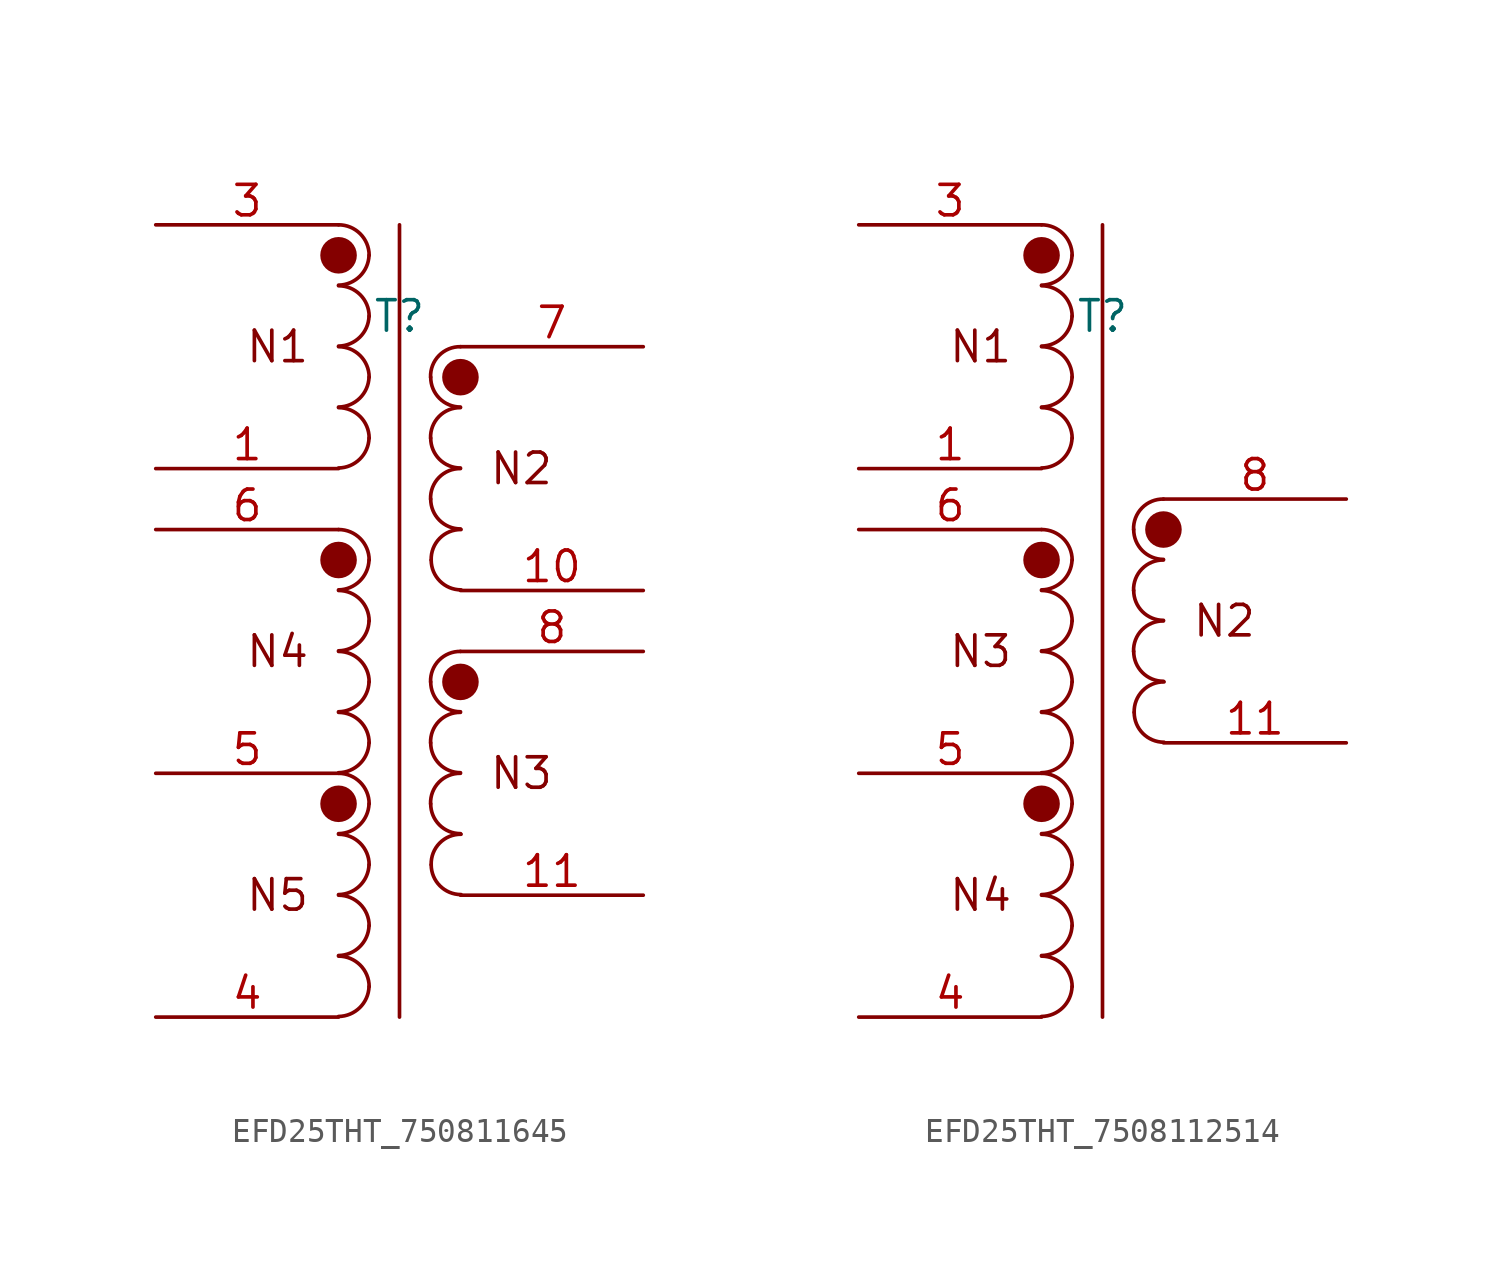
<source format=kicad_sym>
(kicad_symbol_lib
  (version 20220914)
  (generator kicad_symbol_editor)
  (symbol "EFD25THT_750811645"
    (pin_names hide)
    (property "Reference" "T"
      (at 0 12.7 0)
      (effects (font (size 1.27 1.27))))
    (symbol "EFD25THT_750811645_0_1"
      (arc (start -2.54 -16.4846) (mid -1.6561 -16.1163) (end -1.27 -15.24) (stroke (width 0) (type default)) (fill (type none)))
      (arc (start -2.54 -13.9446) (mid -1.6561 -13.5763) (end -1.27 -12.7) (stroke (width 0) (type default)) (fill (type none)))
      (arc (start -2.54 -11.4046) (mid -1.6561 -11.0363) (end -1.27 -10.16) (stroke (width 0) (type default)) (fill (type none)))
      (arc (start -2.54 -8.8646) (mid -1.6561 -8.4963) (end -1.27 -7.62) (stroke (width 0) (type default)) (fill (type none)))
      (arc (start -2.54 -6.3246) (mid -1.6561 -5.9563) (end -1.27 -5.08) (stroke (width 0) (type default)) (fill (type none)))
      (arc (start -2.54 -3.7846) (mid -1.6561 -3.4163) (end -1.27 -2.54) (stroke (width 0) (type default)) (fill (type none)))
      (arc (start -2.54 -1.2446) (mid -1.6561 -0.8763) (end -1.27 0) (stroke (width 0) (type default)) (fill (type none)))
      (arc (start -2.54 1.2954) (mid -1.6561 1.6637) (end -1.27 2.54) (stroke (width 0) (type default)) (fill (type none)))
      (arc (start -2.54 6.3754) (mid -1.6561 6.7437) (end -1.27 7.62) (stroke (width 0) (type default)) (fill (type none)))
      (arc (start -2.54 8.9154) (mid -1.6561 9.2837) (end -1.27 10.16) (stroke (width 0) (type default)) (fill (type none)))
      (arc (start -2.54 11.4554) (mid -1.6561 11.8237) (end -1.27 12.7) (stroke (width 0) (type default)) (fill (type none)))
      (arc (start -2.54 13.9954) (mid -1.6561 14.3637) (end -1.27 15.24) (stroke (width 0) (type default)) (fill (type none)))
      (arc (start -1.27 -15.24) (mid -1.642 -14.342) (end -2.54 -13.97) (stroke (width 0) (type default)) (fill (type none)))
      (arc (start -1.27 -12.7) (mid -1.642 -11.802) (end -2.54 -11.43) (stroke (width 0) (type default)) (fill (type none)))
      (arc (start -1.27 -10.16) (mid -1.642 -9.262) (end -2.54 -8.89) (stroke (width 0) (type default)) (fill (type none)))
      (arc (start -1.27 -7.62) (mid -1.642 -6.722) (end -2.54 -6.35) (stroke (width 0) (type default)) (fill (type none)))
      (arc (start -1.27 -5.08) (mid -1.642 -4.182) (end -2.54 -3.81) (stroke (width 0) (type default)) (fill (type none)))
      (arc (start -1.27 -2.54) (mid -1.642 -1.642) (end -2.54 -1.27) (stroke (width 0) (type default)) (fill (type none)))
      (arc (start -1.27 0) (mid -1.642 0.898) (end -2.54 1.27) (stroke (width 0) (type default)) (fill (type none)))
      (arc (start -1.27 2.54) (mid -1.642 3.438) (end -2.54 3.81) (stroke (width 0) (type default)) (fill (type none)))
      (arc (start -1.27 7.62) (mid -1.642 8.518) (end -2.54 8.89) (stroke (width 0) (type default)) (fill (type none)))
      (arc (start -1.27 10.16) (mid -1.642 11.058) (end -2.54 11.43) (stroke (width 0) (type default)) (fill (type none)))
      (arc (start -1.27 12.7) (mid -1.642 13.598) (end -2.54 13.97) (stroke (width 0) (type default)) (fill (type none)))
      (arc (start -1.27 15.24) (mid -1.642 16.138) (end -2.54 16.51) (stroke (width 0) (type default)) (fill (type none)))
      (polyline (pts (xy 0 16.51) (xy 0 -16.51)) (stroke (width 0) (type default)) (fill (type none)))
      (arc (start 1.2954 -7.62) (mid 1.6599 -8.5001) (end 2.54 -8.8646) (stroke (width 0) (type default)) (fill (type none)))
      (arc (start 1.2954 -5.08) (mid 1.6599 -5.9601) (end 2.54 -6.3246) (stroke (width 0) (type default)) (fill (type none)))
      (arc (start 1.2954 -2.54) (mid 1.6599 -3.4201) (end 2.54 -3.7846) (stroke (width 0) (type default)) (fill (type none)))
      (arc (start 1.2954 5.08) (mid 1.6599 4.1999) (end 2.54 3.8354) (stroke (width 0) (type default)) (fill (type none)))
      (arc (start 1.2954 7.62) (mid 1.6599 6.7399) (end 2.54 6.3754) (stroke (width 0) (type default)) (fill (type none)))
      (arc (start 1.2954 10.16) (mid 1.6599 9.2799) (end 2.54 8.9154) (stroke (width 0) (type default)) (fill (type none)))
      (arc (start 1.3208 -10.16) (mid 1.6854 -11.0399) (end 2.5654 -11.4046) (stroke (width 0) (type default)) (fill (type none)))
      (arc (start 1.3208 2.54) (mid 1.6855 1.6601) (end 2.5654 1.2954) (stroke (width 0) (type default)) (fill (type none)))
      (arc (start 2.54 -6.35) (mid 1.6458 -6.7185) (end 1.2954 -7.62) (stroke (width 0) (type default)) (fill (type none)))
      (arc (start 2.54 -3.81) (mid 1.6458 -4.1785) (end 1.2954 -5.08) (stroke (width 0) (type default)) (fill (type none)))
      (arc (start 2.54 -1.27) (mid 1.6458 -1.6385) (end 1.2954 -2.54) (stroke (width 0) (type default)) (fill (type none)))
      (arc (start 2.54 6.35) (mid 1.6458 5.9815) (end 1.2954 5.08) (stroke (width 0) (type default)) (fill (type none)))
      (arc (start 2.54 8.89) (mid 1.6458 8.5215) (end 1.2954 7.62) (stroke (width 0) (type default)) (fill (type none)))
      (arc (start 2.54 11.43) (mid 1.6458 11.0615) (end 1.2954 10.16) (stroke (width 0) (type default)) (fill (type none)))
      (arc (start 2.5654 -8.89) (mid 1.6709 -9.2583) (end 1.3208 -10.16) (stroke (width 0) (type default)) (fill (type none)))
      (arc (start 2.5654 3.81) (mid 1.6709 3.4417) (end 1.3208 2.54) (stroke (width 0) (type default)) (fill (type none))))
    (symbol "EFD25THT_750811645_1_1"
      (circle (center -2.54 -7.62) (radius 0.0001) (stroke (width 0.762) (type default)) (fill (type none)))
      (circle (center -2.54 2.54) (radius 0.0001) (stroke (width 0.762) (type default)) (fill (type none)))
      (circle (center -2.54 15.24) (radius 0.0001) (stroke (width 0.762) (type default)) (fill (type none)))
      (circle (center 2.54 -2.54) (radius 0.0001) (stroke (width 0.762) (type default)) (fill (type none)))
      (circle (center 2.54 10.16) (radius 0.0001) (stroke (width 0.762) (type default)) (fill (type none)))
      (text "N1" (at -5.08 11.43 0) (effects (font (size 1.27 1.27))))
      (text "N2" (at 5.08 6.35 0) (effects (font (size 1.27 1.27))))
      (text "N3" (at 5.08 -6.35 0) (effects (font (size 1.27 1.27))))
      (text "N4" (at -5.08 -1.27 0) (effects (font (size 1.27 1.27))))
      (text "N5" (at -5.08 -11.43 0) (effects (font (size 1.27 1.27))))
      (pin passive line (at -10.16 6.35 0) (length 7.62) (name "1" (effects (font (size 1.27 1.27)))) (number "1" (effects (font (size 1.27 1.27)))))
      (pin passive line (at 10.16 1.27 180) (length 7.62) (name "10" (effects (font (size 1.27 1.27)))) (number "10" (effects (font (size 1.27 1.27)))))
      (pin passive line (at 10.16 -11.43 180) (length 7.62) (name "11" (effects (font (size 1.27 1.27)))) (number "11" (effects (font (size 1.27 1.27)))))
      (pin passive line (at -10.16 16.51 0) (length 7.62) (name "3" (effects (font (size 1.27 1.27)))) (number "3" (effects (font (size 1.27 1.27)))))
      (pin passive line (at -10.16 -16.51 0) (length 7.62) (name "4" (effects (font (size 1.27 1.27)))) (number "4" (effects (font (size 1.27 1.27)))))
      (pin passive line (at -10.16 -6.35 0) (length 7.62) (name "5" (effects (font (size 1.27 1.27)))) (number "5" (effects (font (size 1.27 1.27)))))
      (pin passive line (at -10.16 3.81 0) (length 7.62) (name "6" (effects (font (size 1.27 1.27)))) (number "6" (effects (font (size 1.27 1.27)))))
      (pin passive line (at 10.16 11.43 180) (length 7.62) (name "7" (effects (font (size 1.27 1.27)))) (number "7" (effects (font (size 1.27 1.27)))))
      (pin passive line (at 10.16 -1.27 180) (length 7.62) (name "8" (effects (font (size 1.27 1.27)))) (number "8" (effects (font (size 1.27 1.27)))))))
  (symbol "EFD25THT_7508112514"
    (pin_names hide)
    (property "Reference" "T"
      (at 0 12.7 0)
      (effects (font (size 1.27 1.27))))
    (symbol "EFD25THT_7508112514_0_1"
      (arc (start -2.54 -16.4846) (mid -1.6561 -16.1163) (end -1.27 -15.24) (stroke (width 0) (type default)) (fill (type none)))
      (arc (start -2.54 -13.9446) (mid -1.6561 -13.5763) (end -1.27 -12.7) (stroke (width 0) (type default)) (fill (type none)))
      (arc (start -2.54 -11.4046) (mid -1.6561 -11.0363) (end -1.27 -10.16) (stroke (width 0) (type default)) (fill (type none)))
      (arc (start -2.54 -8.8646) (mid -1.6561 -8.4963) (end -1.27 -7.62) (stroke (width 0) (type default)) (fill (type none)))
      (arc (start -2.54 -6.3246) (mid -1.6561 -5.9563) (end -1.27 -5.08) (stroke (width 0) (type default)) (fill (type none)))
      (arc (start -2.54 -3.7846) (mid -1.6561 -3.4163) (end -1.27 -2.54) (stroke (width 0) (type default)) (fill (type none)))
      (arc (start -2.54 -1.2446) (mid -1.6561 -0.8763) (end -1.27 0) (stroke (width 0) (type default)) (fill (type none)))
      (arc (start -2.54 1.2954) (mid -1.6561 1.6637) (end -1.27 2.54) (stroke (width 0) (type default)) (fill (type none)))
      (arc (start -2.54 6.3754) (mid -1.6561 6.7437) (end -1.27 7.62) (stroke (width 0) (type default)) (fill (type none)))
      (arc (start -2.54 8.9154) (mid -1.6561 9.2837) (end -1.27 10.16) (stroke (width 0) (type default)) (fill (type none)))
      (arc (start -2.54 11.4554) (mid -1.6561 11.8237) (end -1.27 12.7) (stroke (width 0) (type default)) (fill (type none)))
      (arc (start -2.54 13.9954) (mid -1.6561 14.3637) (end -1.27 15.24) (stroke (width 0) (type default)) (fill (type none)))
      (arc (start -1.27 -15.24) (mid -1.642 -14.342) (end -2.54 -13.97) (stroke (width 0) (type default)) (fill (type none)))
      (arc (start -1.27 -12.7) (mid -1.642 -11.802) (end -2.54 -11.43) (stroke (width 0) (type default)) (fill (type none)))
      (arc (start -1.27 -10.16) (mid -1.642 -9.262) (end -2.54 -8.89) (stroke (width 0) (type default)) (fill (type none)))
      (arc (start -1.27 -7.62) (mid -1.642 -6.722) (end -2.54 -6.35) (stroke (width 0) (type default)) (fill (type none)))
      (arc (start -1.27 -5.08) (mid -1.642 -4.182) (end -2.54 -3.81) (stroke (width 0) (type default)) (fill (type none)))
      (arc (start -1.27 -2.54) (mid -1.642 -1.642) (end -2.54 -1.27) (stroke (width 0) (type default)) (fill (type none)))
      (arc (start -1.27 0) (mid -1.642 0.898) (end -2.54 1.27) (stroke (width 0) (type default)) (fill (type none)))
      (arc (start -1.27 2.54) (mid -1.642 3.438) (end -2.54 3.81) (stroke (width 0) (type default)) (fill (type none)))
      (arc (start -1.27 7.62) (mid -1.642 8.518) (end -2.54 8.89) (stroke (width 0) (type default)) (fill (type none)))
      (arc (start -1.27 10.16) (mid -1.642 11.058) (end -2.54 11.43) (stroke (width 0) (type default)) (fill (type none)))
      (arc (start -1.27 12.7) (mid -1.642 13.598) (end -2.54 13.97) (stroke (width 0) (type default)) (fill (type none)))
      (arc (start -1.27 15.24) (mid -1.642 16.138) (end -2.54 16.51) (stroke (width 0) (type default)) (fill (type none)))
      (polyline (pts (xy 0 16.51) (xy 0 -16.51)) (stroke (width 0) (type default)) (fill (type none)))
      (arc (start 1.2954 -1.27) (mid 1.6599 -2.1501) (end 2.54 -2.5146) (stroke (width 0) (type default)) (fill (type none)))
      (arc (start 1.2954 1.27) (mid 1.6599 0.3899) (end 2.54 0.0254) (stroke (width 0) (type default)) (fill (type none)))
      (arc (start 1.2954 3.81) (mid 1.6599 2.9299) (end 2.54 2.5654) (stroke (width 0) (type default)) (fill (type none)))
      (arc (start 1.3208 -3.81) (mid 1.6853 -4.6901) (end 2.5654 -5.0546) (stroke (width 0) (type default)) (fill (type none)))
      (arc (start 2.54 0) (mid 1.642 -0.372) (end 1.2954 -1.27) (stroke (width 0) (type default)) (fill (type none)))
      (arc (start 2.54 2.54) (mid 1.642 2.168) (end 1.2954 1.27) (stroke (width 0) (type default)) (fill (type none)))
      (arc (start 2.54 5.08) (mid 1.642 4.708) (end 1.2954 3.81) (stroke (width 0) (type default)) (fill (type none)))
      (arc (start 2.5654 -2.54) (mid 1.6674 -2.912) (end 1.3208 -3.81) (stroke (width 0) (type default)) (fill (type none))))
    (symbol "EFD25THT_7508112514_1_1"
      (circle (center -2.54 -7.62) (radius 0.0001) (stroke (width 0.762) (type default)) (fill (type none)))
      (circle (center -2.54 2.54) (radius 0.0001) (stroke (width 0.762) (type default)) (fill (type none)))
      (circle (center -2.54 15.24) (radius 0.0001) (stroke (width 0.762) (type default)) (fill (type none)))
      (circle (center 2.54 3.81) (radius 0.0001) (stroke (width 0.762) (type default)) (fill (type none)))
      (text "N1" (at -5.08 11.43 0) (effects (font (size 1.27 1.27))))
      (text "N2" (at 5.08 0 0) (effects (font (size 1.27 1.27))))
      (text "N3" (at -5.08 -1.27 0) (effects (font (size 1.27 1.27))))
      (text "N4" (at -5.08 -11.43 0) (effects (font (size 1.27 1.27))))
      (pin passive line (at -10.16 6.35 0) (length 7.62) (name "1" (effects (font (size 1.27 1.27)))) (number "1" (effects (font (size 1.27 1.27)))))
      (pin passive line (at 10.16 -5.08 180) (length 7.62) (name "11" (effects (font (size 1.27 1.27)))) (number "11" (effects (font (size 1.27 1.27)))))
      (pin passive line (at -10.16 16.51 0) (length 7.62) (name "3" (effects (font (size 1.27 1.27)))) (number "3" (effects (font (size 1.27 1.27)))))
      (pin passive line (at -10.16 -16.51 0) (length 7.62) (name "4" (effects (font (size 1.27 1.27)))) (number "4" (effects (font (size 1.27 1.27)))))
      (pin passive line (at -10.16 -6.35 0) (length 7.62) (name "5" (effects (font (size 1.27 1.27)))) (number "5" (effects (font (size 1.27 1.27)))))
      (pin passive line (at -10.16 3.81 0) (length 7.62) (name "6" (effects (font (size 1.27 1.27)))) (number "6" (effects (font (size 1.27 1.27)))))
      (pin passive line (at 10.16 5.08 180) (length 7.62) (name "8" (effects (font (size 1.27 1.27)))) (number "8" (effects (font (size 1.27 1.27))))))))
</source>
